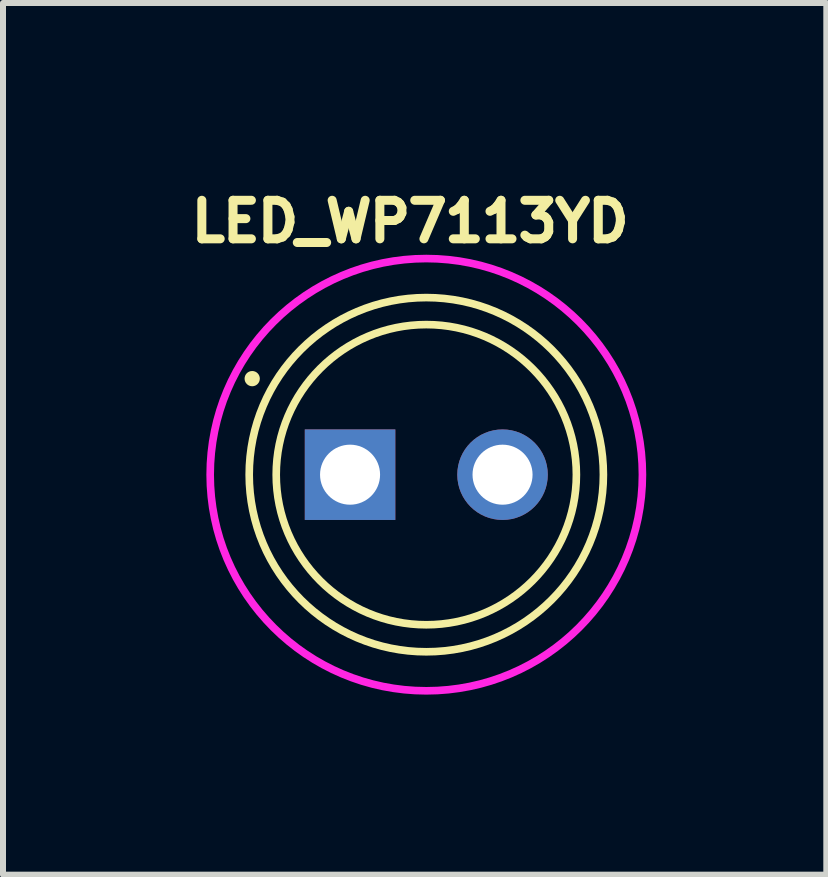
<source format=kicad_pcb>
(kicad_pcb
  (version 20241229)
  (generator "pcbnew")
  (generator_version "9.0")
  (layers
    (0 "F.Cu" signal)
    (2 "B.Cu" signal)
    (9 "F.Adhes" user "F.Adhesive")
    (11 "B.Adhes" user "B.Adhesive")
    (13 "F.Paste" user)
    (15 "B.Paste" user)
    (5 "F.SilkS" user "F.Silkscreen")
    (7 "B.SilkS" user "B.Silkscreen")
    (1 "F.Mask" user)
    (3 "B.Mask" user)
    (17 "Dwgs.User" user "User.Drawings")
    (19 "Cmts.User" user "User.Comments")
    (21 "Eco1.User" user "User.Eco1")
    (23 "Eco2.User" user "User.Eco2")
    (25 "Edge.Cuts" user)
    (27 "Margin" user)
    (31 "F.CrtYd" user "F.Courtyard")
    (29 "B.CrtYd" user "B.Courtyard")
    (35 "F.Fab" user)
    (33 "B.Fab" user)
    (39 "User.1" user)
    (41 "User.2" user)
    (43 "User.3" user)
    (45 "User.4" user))
  (footprint "LED_WP7113YD"
    (layer "F.Cu")
    (at 4.051 4.857)
    (property "Reference" "LED_WP7113YD" (at -0.269 -4.218 0) (layer "F.SilkS") (effects (font (size 0.642 0.642) (thickness 0.15))))
    (attr through_hole)
    (fp_circle (center -2.9 -1.6) (end -2.773 -1.6) (stroke (width 0) (type solid)) (fill yes) (layer "F.SilkS"))
    (fp_circle (center 0 0) (end 2.5 0) (stroke (width 0.127) (type solid)) (fill no) (layer "F.SilkS"))
    (fp_circle (center 0 0) (end 2.95 0) (stroke (width 0.127) (type solid)) (fill no) (layer "F.SilkS"))
    (fp_circle (center 0 0) (end 3.6 0) (stroke (width 0.127) (type solid)) (fill no) (layer "F.CrtYd"))
    (pad "A" thru_hole circle (at 1.27 0) (size 1.508 1.508) (drill 1) (layers "*.Cu" "*.Mask"))
    (pad "C" thru_hole rect (at -1.27 0) (size 1.508 1.508) (drill 1) (layers "*.Cu" "*.Mask")))
  (gr_rect
    (start -3 -3)
    (end 10.714 11.52)
    (stroke (width 0.1) (type default))
    (fill no)
    (layer "Edge.Cuts")))
</source>
